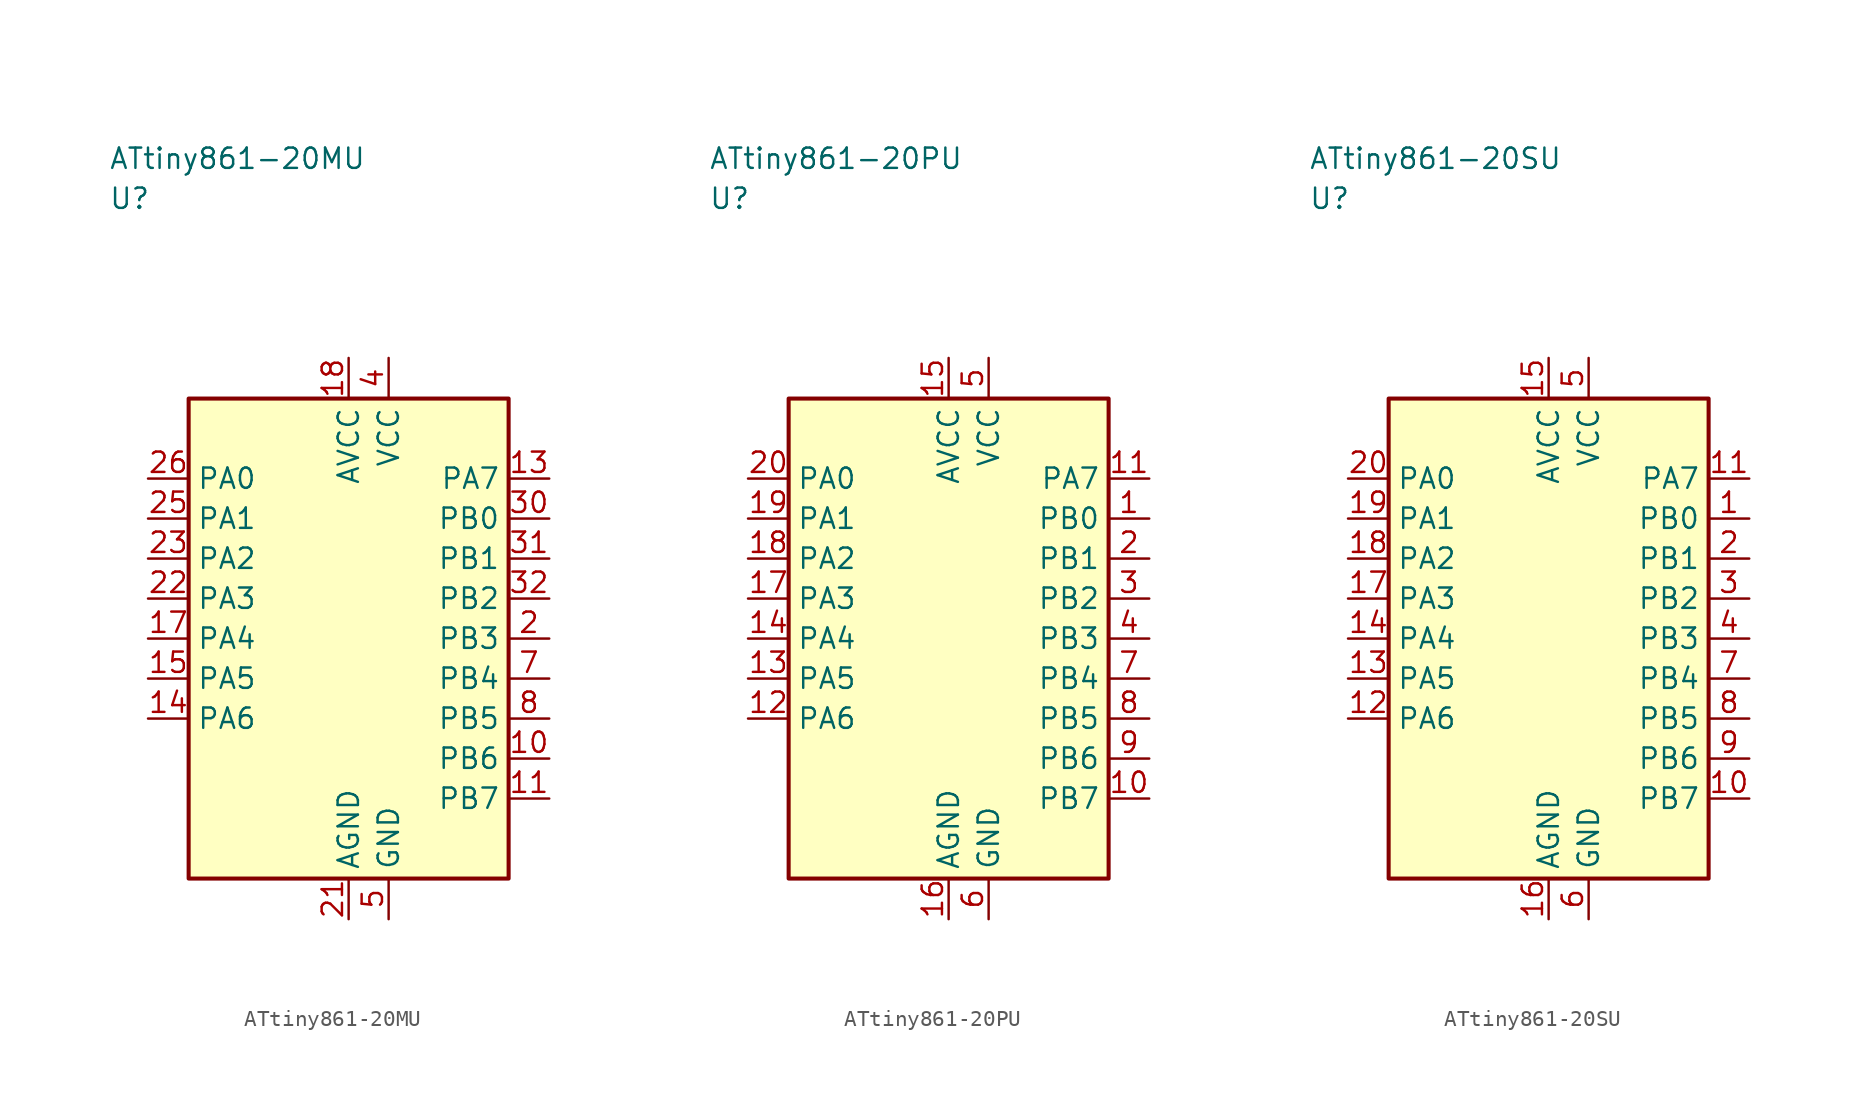
<source format=kicad_sym>
(kicad_symbol_lib
  (version 20241025)
  (generator "kicad_symbol_editor")
  (generator_version "8.0")
  (symbol "ATtiny861-20MU"
    (property "Reference" "U"
      (at -15.0 27.5 0)
      (effects (font (size 1.27 1.27)) (justify left)))
    (property "Value" "ATtiny861-20MU"
      (at -15.0 30.0 0)
      (effects (font (size 1.27 1.27)) (justify left)))
    (symbol "ATtiny861-20MU_0_1"
      (rectangle (start -10.0 15.0) (end 10.0 -15.0) (stroke (width 0.254) (type default)) (fill (type background))))
    (symbol "ATtiny861-20MU_1_1"
      (pin bidirectional line (at 12.54 0.0 180.0) (length 2.54) (name "PB3" (effects (font (size 1.27 1.27)))) (number "2" (effects (font (size 1.27 1.27)))))
      (pin power_in line (at 2.5 17.54 270.0) (length 2.54) (name "VCC" (effects (font (size 1.27 1.27)))) (number "4" (effects (font (size 1.27 1.27)))))
      (pin passive line (at 2.5 -17.54 90.0) (length 2.54) (name "GND" (effects (font (size 1.27 1.27)))) (number "5" (effects (font (size 1.27 1.27)))))
      (pin bidirectional line (at 12.54 -2.5 180.0) (length 2.54) (name "PB4" (effects (font (size 1.27 1.27)))) (number "7" (effects (font (size 1.27 1.27)))))
      (pin bidirectional line (at 12.54 -5.0 180.0) (length 2.54) (name "PB5" (effects (font (size 1.27 1.27)))) (number "8" (effects (font (size 1.27 1.27)))))
      (pin bidirectional line (at 12.54 -7.5 180.0) (length 2.54) (name "PB6" (effects (font (size 1.27 1.27)))) (number "10" (effects (font (size 1.27 1.27)))))
      (pin bidirectional line (at 12.54 -10.0 180.0) (length 2.54) (name "PB7" (effects (font (size 1.27 1.27)))) (number "11" (effects (font (size 1.27 1.27)))))
      (pin bidirectional line (at 12.54 10.0 180.0) (length 2.54) (name "PA7" (effects (font (size 1.27 1.27)))) (number "13" (effects (font (size 1.27 1.27)))))
      (pin bidirectional line (at -12.54 -5.0 0.0) (length 2.54) (name "PA6" (effects (font (size 1.27 1.27)))) (number "14" (effects (font (size 1.27 1.27)))))
      (pin bidirectional line (at -12.54 -2.5 0.0) (length 2.54) (name "PA5" (effects (font (size 1.27 1.27)))) (number "15" (effects (font (size 1.27 1.27)))))
      (pin bidirectional line (at -12.54 0.0 0.0) (length 2.54) (name "PA4" (effects (font (size 1.27 1.27)))) (number "17" (effects (font (size 1.27 1.27)))))
      (pin power_in line (at 0.0 17.54 270.0) (length 2.54) (name "AVCC" (effects (font (size 1.27 1.27)))) (number "18" (effects (font (size 1.27 1.27)))))
      (pin passive line (at 0.0 -17.54 90.0) (length 2.54) (name "AGND" (effects (font (size 1.27 1.27)))) (number "21" (effects (font (size 1.27 1.27)))))
      (pin bidirectional line (at -12.54 2.5 0.0) (length 2.54) (name "PA3" (effects (font (size 1.27 1.27)))) (number "22" (effects (font (size 1.27 1.27)))))
      (pin bidirectional line (at -12.54 5.0 0.0) (length 2.54) (name "PA2" (effects (font (size 1.27 1.27)))) (number "23" (effects (font (size 1.27 1.27)))))
      (pin bidirectional line (at -12.54 7.5 0.0) (length 2.54) (name "PA1" (effects (font (size 1.27 1.27)))) (number "25" (effects (font (size 1.27 1.27)))))
      (pin bidirectional line (at -12.54 10.0 0.0) (length 2.54) (name "PA0" (effects (font (size 1.27 1.27)))) (number "26" (effects (font (size 1.27 1.27)))))
      (pin bidirectional line (at 12.54 7.5 180.0) (length 2.54) (name "PB0" (effects (font (size 1.27 1.27)))) (number "30" (effects (font (size 1.27 1.27)))))
      (pin bidirectional line (at 12.54 5.0 180.0) (length 2.54) (name "PB1" (effects (font (size 1.27 1.27)))) (number "31" (effects (font (size 1.27 1.27)))))
      (pin bidirectional line (at 12.54 2.5 180.0) (length 2.54) (name "PB2" (effects (font (size 1.27 1.27)))) (number "32" (effects (font (size 1.27 1.27)))))))
  (symbol "ATtiny861-20PU"
    (property "Reference" "U"
      (at -15.0 27.5 0)
      (effects (font (size 1.27 1.27)) (justify left)))
    (property "Value" "ATtiny861-20PU"
      (at -15.0 30.0 0)
      (effects (font (size 1.27 1.27)) (justify left)))
    (symbol "ATtiny861-20PU_0_1"
      (rectangle (start -10.0 15.0) (end 10.0 -15.0) (stroke (width 0.254) (type default)) (fill (type background))))
    (symbol "ATtiny861-20PU_1_1"
      (pin bidirectional line (at 12.54 7.5 180.0) (length 2.54) (name "PB0" (effects (font (size 1.27 1.27)))) (number "1" (effects (font (size 1.27 1.27)))))
      (pin bidirectional line (at 12.54 5.0 180.0) (length 2.54) (name "PB1" (effects (font (size 1.27 1.27)))) (number "2" (effects (font (size 1.27 1.27)))))
      (pin bidirectional line (at 12.54 2.5 180.0) (length 2.54) (name "PB2" (effects (font (size 1.27 1.27)))) (number "3" (effects (font (size 1.27 1.27)))))
      (pin bidirectional line (at 12.54 0.0 180.0) (length 2.54) (name "PB3" (effects (font (size 1.27 1.27)))) (number "4" (effects (font (size 1.27 1.27)))))
      (pin power_in line (at 2.5 17.54 270.0) (length 2.54) (name "VCC" (effects (font (size 1.27 1.27)))) (number "5" (effects (font (size 1.27 1.27)))))
      (pin passive line (at 2.5 -17.54 90.0) (length 2.54) (name "GND" (effects (font (size 1.27 1.27)))) (number "6" (effects (font (size 1.27 1.27)))))
      (pin bidirectional line (at 12.54 -2.5 180.0) (length 2.54) (name "PB4" (effects (font (size 1.27 1.27)))) (number "7" (effects (font (size 1.27 1.27)))))
      (pin bidirectional line (at 12.54 -5.0 180.0) (length 2.54) (name "PB5" (effects (font (size 1.27 1.27)))) (number "8" (effects (font (size 1.27 1.27)))))
      (pin bidirectional line (at 12.54 -7.5 180.0) (length 2.54) (name "PB6" (effects (font (size 1.27 1.27)))) (number "9" (effects (font (size 1.27 1.27)))))
      (pin bidirectional line (at 12.54 -10.0 180.0) (length 2.54) (name "PB7" (effects (font (size 1.27 1.27)))) (number "10" (effects (font (size 1.27 1.27)))))
      (pin bidirectional line (at 12.54 10.0 180.0) (length 2.54) (name "PA7" (effects (font (size 1.27 1.27)))) (number "11" (effects (font (size 1.27 1.27)))))
      (pin bidirectional line (at -12.54 -5.0 0.0) (length 2.54) (name "PA6" (effects (font (size 1.27 1.27)))) (number "12" (effects (font (size 1.27 1.27)))))
      (pin bidirectional line (at -12.54 -2.5 0.0) (length 2.54) (name "PA5" (effects (font (size 1.27 1.27)))) (number "13" (effects (font (size 1.27 1.27)))))
      (pin bidirectional line (at -12.54 0.0 0.0) (length 2.54) (name "PA4" (effects (font (size 1.27 1.27)))) (number "14" (effects (font (size 1.27 1.27)))))
      (pin power_in line (at 0.0 17.54 270.0) (length 2.54) (name "AVCC" (effects (font (size 1.27 1.27)))) (number "15" (effects (font (size 1.27 1.27)))))
      (pin passive line (at 0.0 -17.54 90.0) (length 2.54) (name "AGND" (effects (font (size 1.27 1.27)))) (number "16" (effects (font (size 1.27 1.27)))))
      (pin bidirectional line (at -12.54 2.5 0.0) (length 2.54) (name "PA3" (effects (font (size 1.27 1.27)))) (number "17" (effects (font (size 1.27 1.27)))))
      (pin bidirectional line (at -12.54 5.0 0.0) (length 2.54) (name "PA2" (effects (font (size 1.27 1.27)))) (number "18" (effects (font (size 1.27 1.27)))))
      (pin bidirectional line (at -12.54 7.5 0.0) (length 2.54) (name "PA1" (effects (font (size 1.27 1.27)))) (number "19" (effects (font (size 1.27 1.27)))))
      (pin bidirectional line (at -12.54 10.0 0.0) (length 2.54) (name "PA0" (effects (font (size 1.27 1.27)))) (number "20" (effects (font (size 1.27 1.27)))))))
  (symbol "ATtiny861-20SU"
    (property "Reference" "U"
      (at -15.0 27.5 0)
      (effects (font (size 1.27 1.27)) (justify left)))
    (property "Value" "ATtiny861-20SU"
      (at -15.0 30.0 0)
      (effects (font (size 1.27 1.27)) (justify left)))
    (symbol "ATtiny861-20SU_0_1"
      (rectangle (start -10.0 15.0) (end 10.0 -15.0) (stroke (width 0.254) (type default)) (fill (type background))))
    (symbol "ATtiny861-20SU_1_1"
      (pin bidirectional line (at 12.54 7.5 180.0) (length 2.54) (name "PB0" (effects (font (size 1.27 1.27)))) (number "1" (effects (font (size 1.27 1.27)))))
      (pin bidirectional line (at 12.54 5.0 180.0) (length 2.54) (name "PB1" (effects (font (size 1.27 1.27)))) (number "2" (effects (font (size 1.27 1.27)))))
      (pin bidirectional line (at 12.54 2.5 180.0) (length 2.54) (name "PB2" (effects (font (size 1.27 1.27)))) (number "3" (effects (font (size 1.27 1.27)))))
      (pin bidirectional line (at 12.54 0.0 180.0) (length 2.54) (name "PB3" (effects (font (size 1.27 1.27)))) (number "4" (effects (font (size 1.27 1.27)))))
      (pin power_in line (at 2.5 17.54 270.0) (length 2.54) (name "VCC" (effects (font (size 1.27 1.27)))) (number "5" (effects (font (size 1.27 1.27)))))
      (pin passive line (at 2.5 -17.54 90.0) (length 2.54) (name "GND" (effects (font (size 1.27 1.27)))) (number "6" (effects (font (size 1.27 1.27)))))
      (pin bidirectional line (at 12.54 -2.5 180.0) (length 2.54) (name "PB4" (effects (font (size 1.27 1.27)))) (number "7" (effects (font (size 1.27 1.27)))))
      (pin bidirectional line (at 12.54 -5.0 180.0) (length 2.54) (name "PB5" (effects (font (size 1.27 1.27)))) (number "8" (effects (font (size 1.27 1.27)))))
      (pin bidirectional line (at 12.54 -7.5 180.0) (length 2.54) (name "PB6" (effects (font (size 1.27 1.27)))) (number "9" (effects (font (size 1.27 1.27)))))
      (pin bidirectional line (at 12.54 -10.0 180.0) (length 2.54) (name "PB7" (effects (font (size 1.27 1.27)))) (number "10" (effects (font (size 1.27 1.27)))))
      (pin bidirectional line (at 12.54 10.0 180.0) (length 2.54) (name "PA7" (effects (font (size 1.27 1.27)))) (number "11" (effects (font (size 1.27 1.27)))))
      (pin bidirectional line (at -12.54 -5.0 0.0) (length 2.54) (name "PA6" (effects (font (size 1.27 1.27)))) (number "12" (effects (font (size 1.27 1.27)))))
      (pin bidirectional line (at -12.54 -2.5 0.0) (length 2.54) (name "PA5" (effects (font (size 1.27 1.27)))) (number "13" (effects (font (size 1.27 1.27)))))
      (pin bidirectional line (at -12.54 0.0 0.0) (length 2.54) (name "PA4" (effects (font (size 1.27 1.27)))) (number "14" (effects (font (size 1.27 1.27)))))
      (pin power_in line (at 0.0 17.54 270.0) (length 2.54) (name "AVCC" (effects (font (size 1.27 1.27)))) (number "15" (effects (font (size 1.27 1.27)))))
      (pin passive line (at 0.0 -17.54 90.0) (length 2.54) (name "AGND" (effects (font (size 1.27 1.27)))) (number "16" (effects (font (size 1.27 1.27)))))
      (pin bidirectional line (at -12.54 2.5 0.0) (length 2.54) (name "PA3" (effects (font (size 1.27 1.27)))) (number "17" (effects (font (size 1.27 1.27)))))
      (pin bidirectional line (at -12.54 5.0 0.0) (length 2.54) (name "PA2" (effects (font (size 1.27 1.27)))) (number "18" (effects (font (size 1.27 1.27)))))
      (pin bidirectional line (at -12.54 7.5 0.0) (length 2.54) (name "PA1" (effects (font (size 1.27 1.27)))) (number "19" (effects (font (size 1.27 1.27)))))
      (pin bidirectional line (at -12.54 10.0 0.0) (length 2.54) (name "PA0" (effects (font (size 1.27 1.27)))) (number "20" (effects (font (size 1.27 1.27))))))))
</source>
